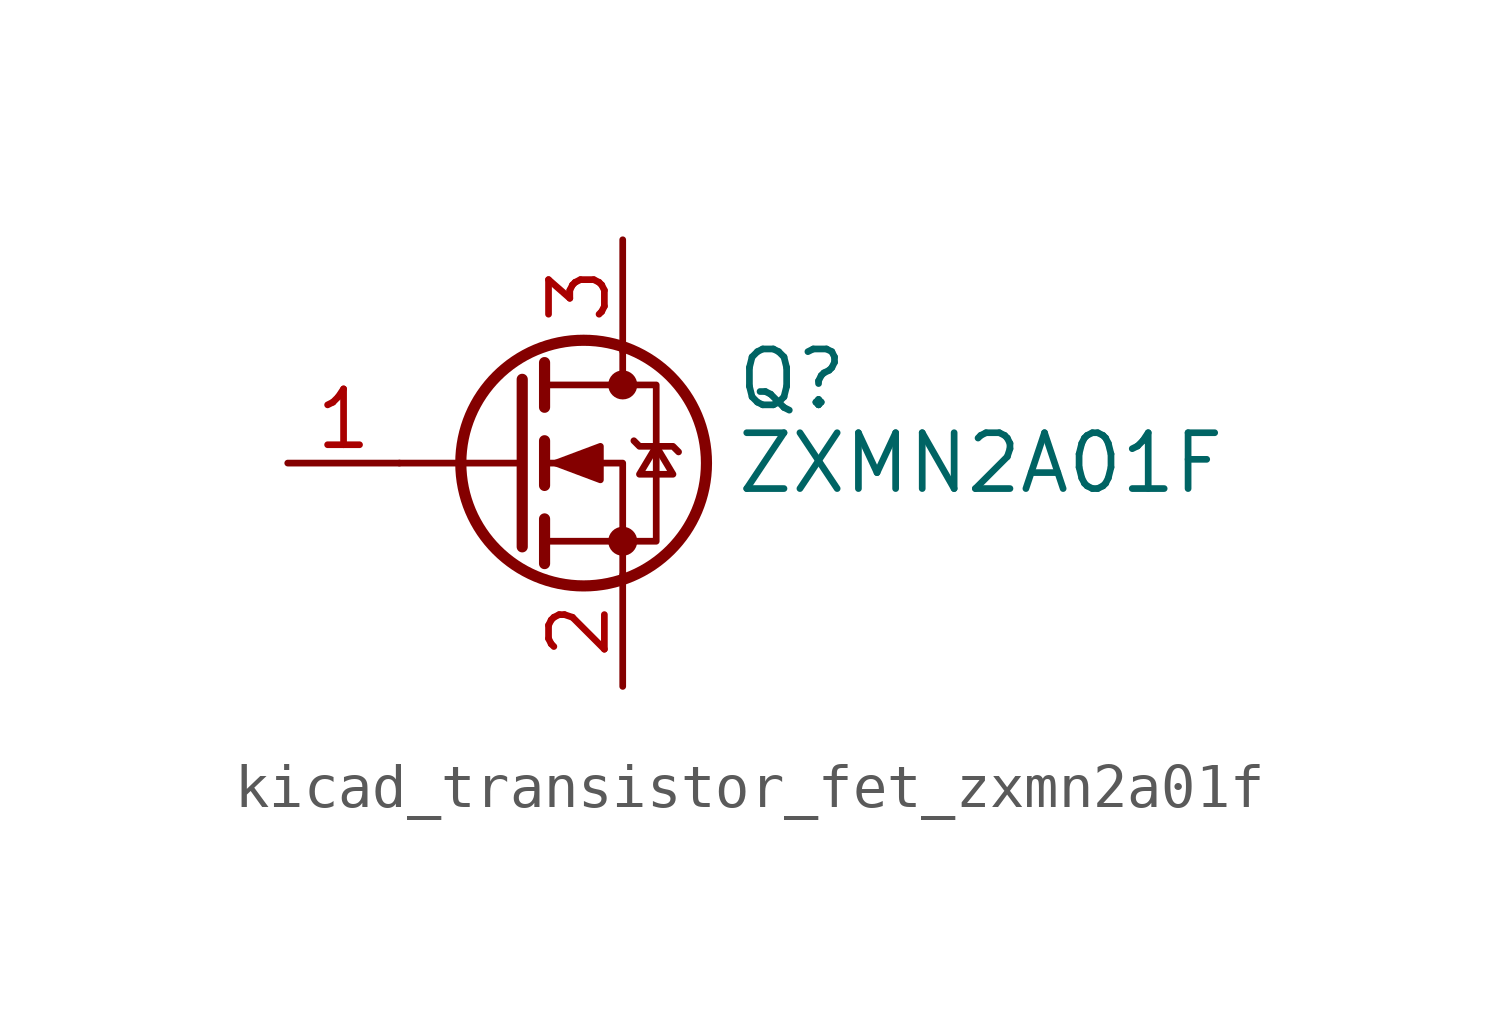
<source format=kicad_sym>
(kicad_symbol_lib
  (version 20220914)
  (generator kicad_symbol_editor)
  (symbol "kicad_transistor_fet_zxmn2a01f"
    (pin_names hide)
    (property "Reference" "Q"
      (at 5.08 1.905 0)
      (effects (font (size 1.27 1.27)) (justify left)))
    (property "Value" "ZXMN2A01F"
      (at 5.08 0 0)
      (effects (font (size 1.27 1.27)) (justify left)))
    (symbol "kicad_transistor_fet_zxmn2a01f_0_1"
      (polyline (pts (xy 0.254 0) (xy -2.54 0)) (stroke (width 0) (type default)) (fill (type none)))
      (polyline (pts (xy 0.254 1.905) (xy 0.254 -1.905)) (stroke (width 0.254) (type default)) (fill (type none)))
      (polyline (pts (xy 0.762 -1.27) (xy 0.762 -2.286)) (stroke (width 0.254) (type default)) (fill (type none)))
      (polyline (pts (xy 0.762 0.508) (xy 0.762 -0.508)) (stroke (width 0.254) (type default)) (fill (type none)))
      (polyline (pts (xy 0.762 2.286) (xy 0.762 1.27)) (stroke (width 0.254) (type default)) (fill (type none)))
      (polyline (pts (xy 2.54 2.54) (xy 2.54 1.778)) (stroke (width 0) (type default)) (fill (type none)))
      (polyline (pts (xy 2.54 -2.54) (xy 2.54 0) (xy 0.762 0)) (stroke (width 0) (type default)) (fill (type none)))
      (polyline (pts (xy 0.762 -1.778) (xy 3.302 -1.778) (xy 3.302 1.778) (xy 0.762 1.778)) (stroke (width 0) (type default)) (fill (type none)))
      (polyline (pts (xy 1.016 0) (xy 2.032 0.381) (xy 2.032 -0.381) (xy 1.016 0)) (stroke (width 0) (type default)) (fill (type outline)))
      (polyline (pts (xy 2.794 0.508) (xy 2.921 0.381) (xy 3.683 0.381) (xy 3.81 0.254)) (stroke (width 0) (type default)) (fill (type none)))
      (polyline (pts (xy 3.302 0.381) (xy 2.921 -0.254) (xy 3.683 -0.254) (xy 3.302 0.381)) (stroke (width 0) (type default)) (fill (type none)))
      (circle (center 1.651 0) (radius 2.794) (stroke (width 0.254) (type default)) (fill (type none)))
      (circle (center 2.54 -1.778) (radius 0.254) (stroke (width 0) (type default)) (fill (type outline)))
      (circle (center 2.54 1.778) (radius 0.254) (stroke (width 0) (type default)) (fill (type outline))))
    (symbol "kicad_transistor_fet_zxmn2a01f_1_1"
      (pin input line (at -5.08 0 0) (length 2.54) (name "G" (effects (font (size 1.27 1.27)))) (number "1" (effects (font (size 1.27 1.27)))))
      (pin passive line (at 2.54 -5.08 90) (length 2.54) (name "S" (effects (font (size 1.27 1.27)))) (number "2" (effects (font (size 1.27 1.27)))))
      (pin passive line (at 2.54 5.08 270) (length 2.54) (name "D" (effects (font (size 1.27 1.27)))) (number "3" (effects (font (size 1.27 1.27))))))))
</source>
